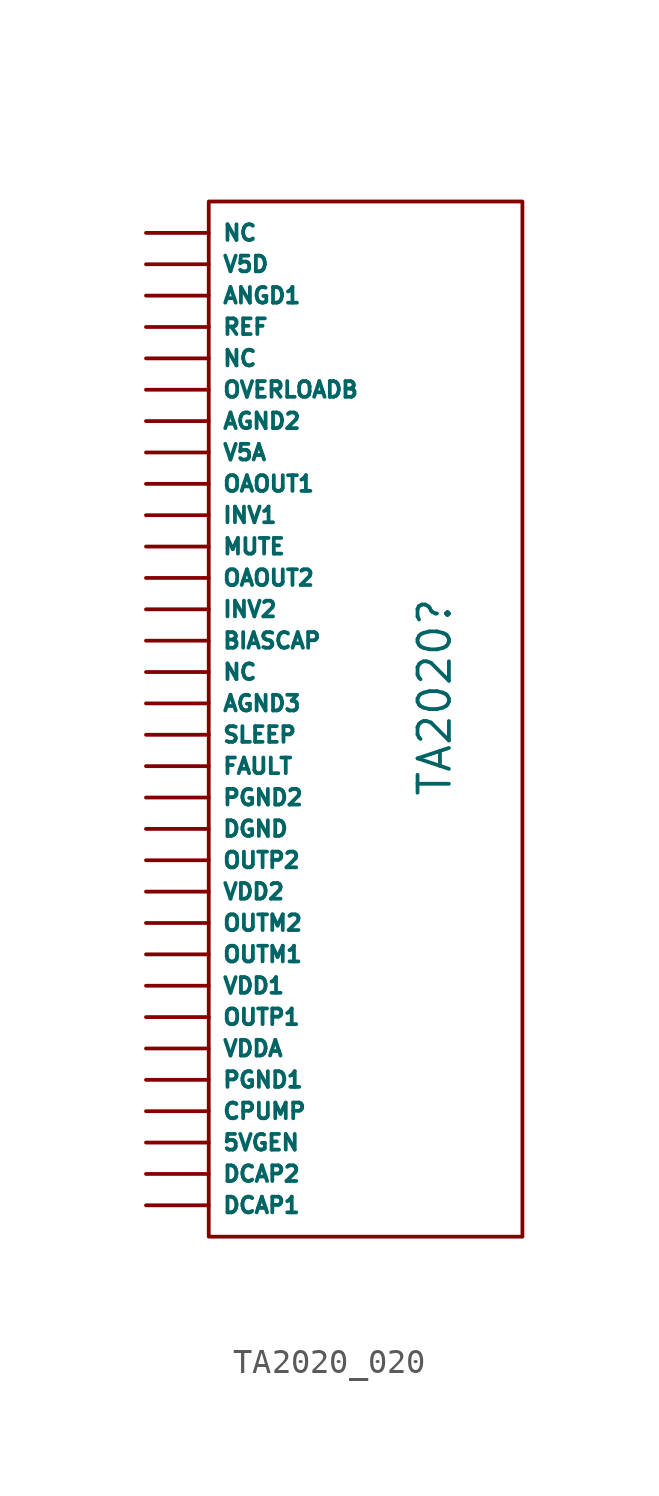
<source format=kicad_sym>
(kicad_symbol_lib
  (version 20231120)
  (generator "kicad_symbol_editor")
  (generator_version "8.0")
  (symbol "TA2020_020"
    (property "Reference" "TA2020"
      (at 2.794 0.254 90)
      (effects (font (size 1.27 1.27))))
    (property "Value" ""
      (at 0 5.08 0)
      (effects (font (size 1.27 1.27))))
    (symbol "TA2020_020_0_1"
      (rectangle (start -6.35 20.32) (end 6.35 -21.59) (stroke (width 0) (type default)) (fill (type none))))
    (symbol "TA2020_020_1_1"
      (pin input line (at -8.89 -17.78 0) (length 2.54) (name "5VGEN" (effects (font (size 0.635 0.635)))) (number "" (effects (font (size 1.27 1.27)))))
      (pin input line (at -8.89 11.43 0) (length 2.54) (name "AGND2" (effects (font (size 0.635 0.635)))) (number "" (effects (font (size 1.27 1.27)))))
      (pin input line (at -8.89 0 0) (length 2.54) (name "AGND3" (effects (font (size 0.635 0.635)))) (number "" (effects (font (size 1.27 1.27)))))
      (pin input line (at -8.89 16.51 0) (length 2.54) (name "ANGD1" (effects (font (size 0.635 0.635)))) (number "" (effects (font (size 1.27 1.27)))))
      (pin input line (at -8.89 2.54 0) (length 2.54) (name "BIASCAP" (effects (font (size 0.635 0.635)))) (number "" (effects (font (size 1.27 1.27)))))
      (pin input line (at -8.89 -16.51 0) (length 2.54) (name "CPUMP" (effects (font (size 0.635 0.635)))) (number "" (effects (font (size 1.27 1.27)))))
      (pin input line (at -8.89 -20.32 0) (length 2.54) (name "DCAP1" (effects (font (size 0.635 0.635)))) (number "" (effects (font (size 1.27 1.27)))))
      (pin input line (at -8.89 -19.05 0) (length 2.54) (name "DCAP2" (effects (font (size 0.635 0.635)))) (number "" (effects (font (size 1.27 1.27)))))
      (pin input line (at -8.89 -5.08 0) (length 2.54) (name "DGND" (effects (font (size 0.635 0.635)))) (number "" (effects (font (size 1.27 1.27)))))
      (pin input line (at -8.89 -2.54 0) (length 2.54) (name "FAULT" (effects (font (size 0.635 0.635)))) (number "" (effects (font (size 1.27 1.27)))))
      (pin input line (at -8.89 7.62 0) (length 2.54) (name "INV1" (effects (font (size 0.635 0.635)))) (number "" (effects (font (size 1.27 1.27)))))
      (pin input line (at -8.89 3.81 0) (length 2.54) (name "INV2" (effects (font (size 0.635 0.635)))) (number "" (effects (font (size 1.27 1.27)))))
      (pin input line (at -8.89 6.35 0) (length 2.54) (name "MUTE" (effects (font (size 0.635 0.635)))) (number "" (effects (font (size 1.27 1.27)))))
      (pin input line (at -8.89 1.27 0) (length 2.54) (name "NC" (effects (font (size 0.635 0.635)))) (number "" (effects (font (size 1.27 1.27)))))
      (pin input line (at -8.89 13.97 0) (length 2.54) (name "NC" (effects (font (size 0.635 0.635)))) (number "" (effects (font (size 1.27 1.27)))))
      (pin input line (at -8.89 19.05 0) (length 2.54) (name "NC" (effects (font (size 0.635 0.635)))) (number "" (effects (font (size 1.27 1.27)))))
      (pin output line (at -8.89 8.89 0) (length 2.54) (name "OAOUT1" (effects (font (size 0.635 0.635)))) (number "" (effects (font (size 1.27 1.27)))))
      (pin output line (at -8.89 5.08 0) (length 2.54) (name "OAOUT2" (effects (font (size 0.635 0.635)))) (number "" (effects (font (size 1.27 1.27)))))
      (pin output line (at -8.89 -10.16 0) (length 2.54) (name "OUTM1" (effects (font (size 0.635 0.635)))) (number "" (effects (font (size 1.27 1.27)))))
      (pin output line (at -8.89 -8.89 0) (length 2.54) (name "OUTM2" (effects (font (size 0.635 0.635)))) (number "" (effects (font (size 1.27 1.27)))))
      (pin output line (at -8.89 -12.7 0) (length 2.54) (name "OUTP1" (effects (font (size 0.635 0.635)))) (number "" (effects (font (size 1.27 1.27)))))
      (pin output line (at -8.89 -6.35 0) (length 2.54) (name "OUTP2" (effects (font (size 0.635 0.635)))) (number "" (effects (font (size 1.27 1.27)))))
      (pin input line (at -8.89 12.7 0) (length 2.54) (name "OVERLOADB" (effects (font (size 0.635 0.635)))) (number "" (effects (font (size 1.27 1.27)))))
      (pin input line (at -8.89 -15.24 0) (length 2.54) (name "PGND1" (effects (font (size 0.635 0.635)))) (number "" (effects (font (size 1.27 1.27)))))
      (pin input line (at -8.89 -3.81 0) (length 2.54) (name "PGND2" (effects (font (size 0.635 0.635)))) (number "" (effects (font (size 1.27 1.27)))))
      (pin input line (at -8.89 15.24 0) (length 2.54) (name "REF" (effects (font (size 0.635 0.635)))) (number "" (effects (font (size 1.27 1.27)))))
      (pin input line (at -8.89 -1.27 0) (length 2.54) (name "SLEEP" (effects (font (size 0.635 0.635)))) (number "" (effects (font (size 1.27 1.27)))))
      (pin input line (at -8.89 10.16 0) (length 2.54) (name "V5A" (effects (font (size 0.635 0.635)))) (number "" (effects (font (size 1.27 1.27)))))
      (pin input line (at -8.89 17.78 0) (length 2.54) (name "V5D" (effects (font (size 0.635 0.635)))) (number "" (effects (font (size 1.27 1.27)))))
      (pin input line (at -8.89 -11.43 0) (length 2.54) (name "VDD1" (effects (font (size 0.635 0.635)))) (number "" (effects (font (size 1.27 1.27)))))
      (pin input line (at -8.89 -7.62 0) (length 2.54) (name "VDD2" (effects (font (size 0.635 0.635)))) (number "" (effects (font (size 1.27 1.27)))))
      (pin input line (at -8.89 -13.97 0) (length 2.54) (name "VDDA" (effects (font (size 0.635 0.635)))) (number "" (effects (font (size 1.27 1.27))))))))
</source>
